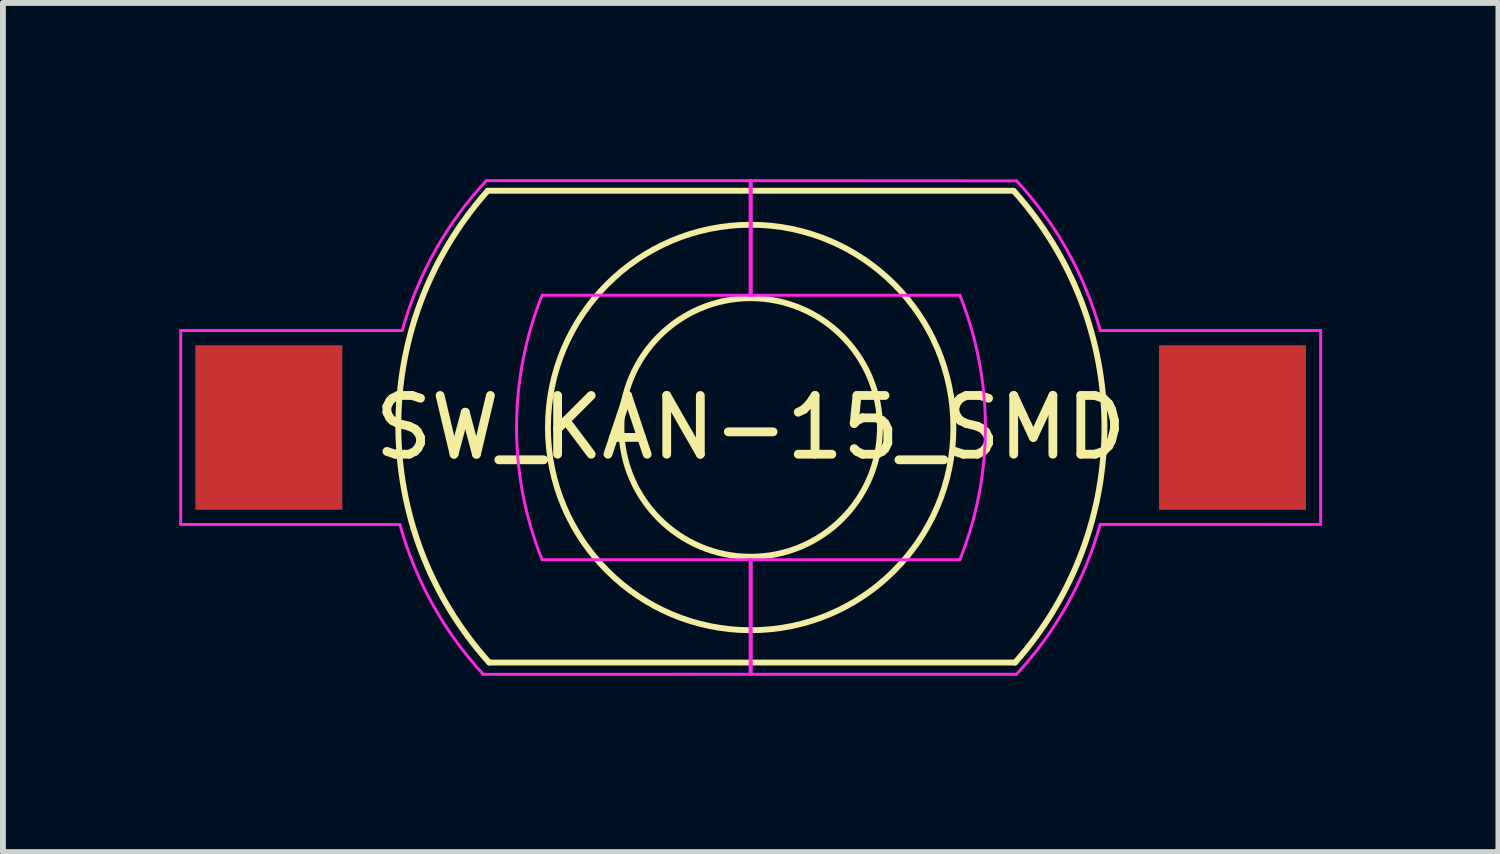
<source format=kicad_pcb>
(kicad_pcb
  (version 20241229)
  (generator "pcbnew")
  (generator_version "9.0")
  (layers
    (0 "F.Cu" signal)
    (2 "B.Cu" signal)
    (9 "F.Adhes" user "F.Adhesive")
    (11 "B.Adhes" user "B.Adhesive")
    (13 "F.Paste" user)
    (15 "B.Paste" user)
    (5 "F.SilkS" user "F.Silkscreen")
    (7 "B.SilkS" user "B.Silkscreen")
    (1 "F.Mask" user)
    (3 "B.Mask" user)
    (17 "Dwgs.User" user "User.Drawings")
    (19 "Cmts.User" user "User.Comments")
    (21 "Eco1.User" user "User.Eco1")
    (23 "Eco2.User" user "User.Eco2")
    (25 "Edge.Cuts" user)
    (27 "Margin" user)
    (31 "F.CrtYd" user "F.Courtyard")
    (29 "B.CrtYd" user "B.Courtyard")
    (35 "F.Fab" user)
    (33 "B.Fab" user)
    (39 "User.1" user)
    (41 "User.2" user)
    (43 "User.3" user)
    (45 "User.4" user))
  (footprint "SW_KAN-15_SMD"
    (layer "F.Cu")
    (at 9.725 4.225)
    (property "Reference" "SW_KAN-15_SMD" (at 0 0 180) (layer "F.SilkS") (effects (font (size 1 1) (thickness 0.15))))
    (attr through_hole)
    (fp_line (start -4.45 4) (end 4.5 4) (stroke (width 0.1) (type solid)) (layer "F.SilkS"))
    (fp_line (start 4.474 -4.029) (end -4.476 -4.029) (stroke (width 0.1) (type solid)) (layer "F.SilkS"))
    (fp_arc (start -4.45 4) (mid -5.996445 -0.009446) (end -4.475679 -4.028703) (stroke (width 0.1) (type solid)) (layer "F.SilkS"))
    (fp_arc (start 4.474321 -4.028703) (mid 6.020766 -0.019257) (end 4.5 4) (stroke (width 0.1) (type solid)) (layer "F.SilkS"))
    (fp_circle (center 0 0) (end 2.2 0) (stroke (width 0.1) (type solid)) (fill no) (layer "F.SilkS"))
    (fp_circle (center 0 0) (end 3.45 0) (stroke (width 0.1) (type solid)) (fill no) (layer "F.SilkS"))
    (fp_line (start -9.7 -1.65) (end -5.93 -1.65) (stroke (width 0.05) (type solid)) (layer "F.CrtYd"))
    (fp_line (start -9.7 1.65) (end -9.7 -1.65) (stroke (width 0.05) (type solid)) (layer "F.CrtYd"))
    (fp_line (start -9.7 1.65) (end -5.97 1.65) (stroke (width 0.05) (type solid)) (layer "F.CrtYd"))
    (fp_line (start -4.552 4.201) (end -0.01 4.2) (stroke (width 0.05) (type solid)) (layer "F.CrtYd"))
    (fp_line (start -4.5 -4.2) (end -0.01 -4.2) (stroke (width 0.05) (type solid)) (layer "F.CrtYd"))
    (fp_line (start -0.01 -4.2) (end -0.01 -2.25) (stroke (width 0.05) (type solid)) (layer "F.CrtYd"))
    (fp_line (start -0.01 -2.25) (end -3.55 -2.25) (stroke (width 0.05) (type solid)) (layer "F.CrtYd"))
    (fp_line (start -0.01 2.25) (end -3.55 2.25) (stroke (width 0.05) (type solid)) (layer "F.CrtYd"))
    (fp_line (start -0.01 4.2) (end -0.01 2.25) (stroke (width 0.05) (type solid)) (layer "F.CrtYd"))
    (fp_line (start 0.01 -4.2) (end 0.01 -2.25) (stroke (width 0.05) (type solid)) (layer "F.CrtYd"))
    (fp_line (start 0.01 -2.25) (end 3.56 -2.25) (stroke (width 0.05) (type solid)) (layer "F.CrtYd"))
    (fp_line (start 0.01 2.25) (end 3.56 2.25) (stroke (width 0.05) (type solid)) (layer "F.CrtYd"))
    (fp_line (start 0.01 4.2) (end 0.01 2.25) (stroke (width 0.05) (type solid)) (layer "F.CrtYd"))
    (fp_line (start 4.523 4.2) (end 0.01 4.2) (stroke (width 0.05) (type solid)) (layer "F.CrtYd"))
    (fp_line (start 4.526 -4.197) (end 0.01 -4.2) (stroke (width 0.05) (type solid)) (layer "F.CrtYd"))
    (fp_line (start 5.948 -1.65) (end 9.7 -1.65) (stroke (width 0.05) (type solid)) (layer "F.CrtYd"))
    (fp_line (start 5.948 1.649) (end 9.7 1.65) (stroke (width 0.05) (type solid)) (layer "F.CrtYd"))
    (fp_line (start 9.7 -1.65) (end 9.7 1.65) (stroke (width 0.05) (type solid)) (layer "F.CrtYd"))
    (fp_arc (start -5.930202 -1.650056) (mid -5.368689 -3.011172) (end -4.499999 -4.199999) (stroke (width 0.05) (type solid)) (layer "F.CrtYd"))
    (fp_arc (start -4.551809 4.200526) (mid -5.413262 3.009979) (end -5.969999 1.649999) (stroke (width 0.05) (type solid)) (layer "F.CrtYd"))
    (fp_arc (start -3.55 2.249999) (mid -3.984385 0) (end -3.55 -2.25) (stroke (width 0.05) (type solid)) (layer "F.CrtYd"))
    (fp_arc (start 3.56 -2.25) (mid 3.994385 -0.000001) (end 3.56 2.249999) (stroke (width 0.05) (type solid)) (layer "F.CrtYd"))
    (fp_arc (start 4.52641 -4.19667) (mid 5.389746 -3.008499) (end 5.947935 -1.649999) (stroke (width 0.05) (type solid)) (layer "F.CrtYd"))
    (fp_arc (start 5.947936 1.649428) (mid 5.388606 3.010229) (end 4.523114 4.199999) (stroke (width 0.05) (type solid)) (layer "F.CrtYd"))
    (pad "1" smd rect (at -8.2 0) (size 2.5 2.8) (layers "F.Cu" "F.Mask" "F.Paste"))
    (pad "2" smd rect (at 8.2 0) (size 2.5 2.8) (layers "F.Cu" "F.Mask" "F.Paste")))
  (gr_rect
    (start -3 -3)
    (end 22.45 11.451)
    (stroke (width 0.1) (type default))
    (fill no)
    (layer "Edge.Cuts")))
</source>
